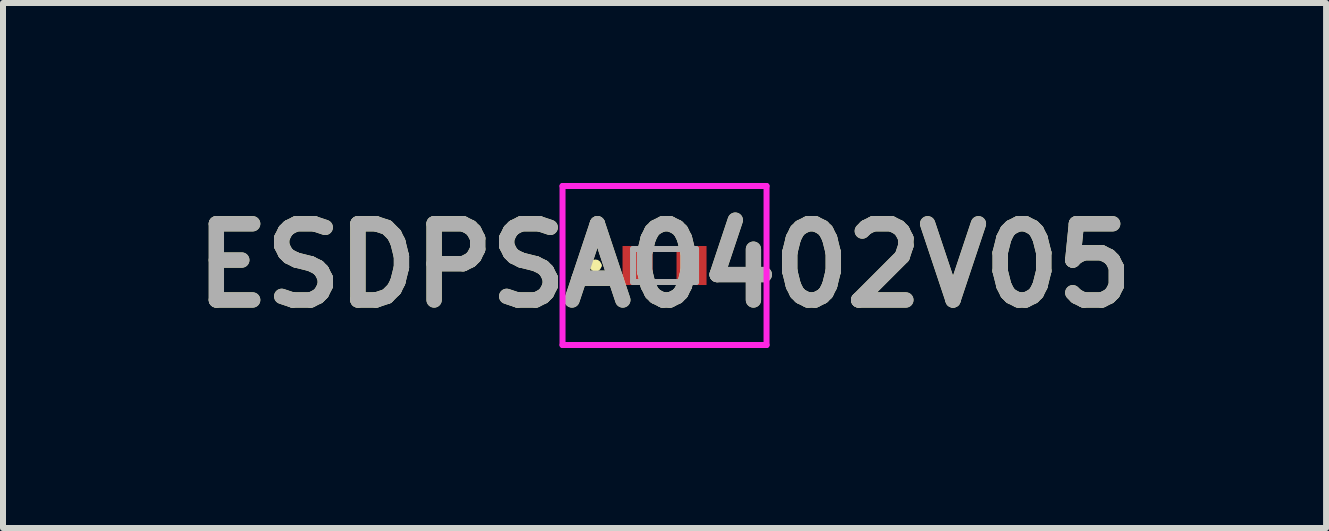
<source format=kicad_pcb>
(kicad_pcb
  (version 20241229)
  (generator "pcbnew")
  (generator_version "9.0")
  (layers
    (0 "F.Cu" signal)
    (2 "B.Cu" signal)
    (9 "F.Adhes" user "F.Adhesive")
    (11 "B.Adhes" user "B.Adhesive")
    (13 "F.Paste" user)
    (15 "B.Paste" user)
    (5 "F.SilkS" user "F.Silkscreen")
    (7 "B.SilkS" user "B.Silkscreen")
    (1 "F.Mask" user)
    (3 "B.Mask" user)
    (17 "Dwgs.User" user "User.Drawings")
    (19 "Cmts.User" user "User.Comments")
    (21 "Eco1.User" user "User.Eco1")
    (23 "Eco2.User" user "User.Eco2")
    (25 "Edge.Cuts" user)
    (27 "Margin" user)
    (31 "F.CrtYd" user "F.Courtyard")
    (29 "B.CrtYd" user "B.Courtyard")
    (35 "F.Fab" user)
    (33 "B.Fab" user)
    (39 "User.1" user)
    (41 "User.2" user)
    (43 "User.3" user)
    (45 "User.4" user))
  (footprint "ESDPSA0402V05"
    (layer "F.Cu")
    (at 8.025 1.375)
    (property "Reference" "ESDPSA0402V05" (at 0 0 0) (layer "F.SilkS") (effects (font (size 1.27 1.27) (thickness 0.254))))
    (attr smd)
    (fp_line (start -1.2 0) (end -1.2 0) (stroke (width 0.1) (type solid)) (layer "F.SilkS"))
    (fp_line (start -1.1 0) (end -1.1 0) (stroke (width 0.1) (type solid)) (layer "F.SilkS"))
    (fp_arc (start -1.2 0) (mid -1.15 -0.05) (end -1.1 0) (stroke (width 0.1) (type solid)) (layer "F.SilkS"))
    (fp_arc (start -1.1 0) (mid -1.15 0.05) (end -1.2 0) (stroke (width 0.1) (type solid)) (layer "F.SilkS"))
    (fp_line (start -1.7 -1.325) (end 1.7 -1.325) (stroke (width 0.1) (type solid)) (layer "F.CrtYd"))
    (fp_line (start -1.7 1.325) (end -1.7 -1.325) (stroke (width 0.1) (type solid)) (layer "F.CrtYd"))
    (fp_line (start 1.7 -1.325) (end 1.7 1.325) (stroke (width 0.1) (type solid)) (layer "F.CrtYd"))
    (fp_line (start 1.7 1.325) (end -1.7 1.325) (stroke (width 0.1) (type solid)) (layer "F.CrtYd"))
    (fp_line (start -0.525 -0.275) (end 0.525 -0.275) (stroke (width 0.1) (type solid)) (layer "F.Fab"))
    (fp_line (start -0.525 0.275) (end -0.525 -0.275) (stroke (width 0.1) (type solid)) (layer "F.Fab"))
    (fp_line (start 0.525 -0.275) (end 0.525 0.275) (stroke (width 0.1) (type solid)) (layer "F.Fab"))
    (fp_line (start 0.525 0.275) (end -0.525 0.275) (stroke (width 0.1) (type solid)) (layer "F.Fab"))
    (fp_text user "${REFERENCE}" (at 0 0 0) (layer "F.Fab") (effects (font (size 1.27 1.27) (thickness 0.254))))
    (pad "1" smd rect (at -0.45 0) (size 0.5 0.65) (layers "F.Cu" "F.Mask" "F.Paste"))
    (pad "2" smd rect (at 0.45 0) (size 0.5 0.65) (layers "F.Cu" "F.Mask" "F.Paste")))
  (gr_rect
    (start -3 -3)
    (end 19.05 5.75)
    (stroke (width 0.1) (type default))
    (fill no)
    (layer "Edge.Cuts")))
</source>
